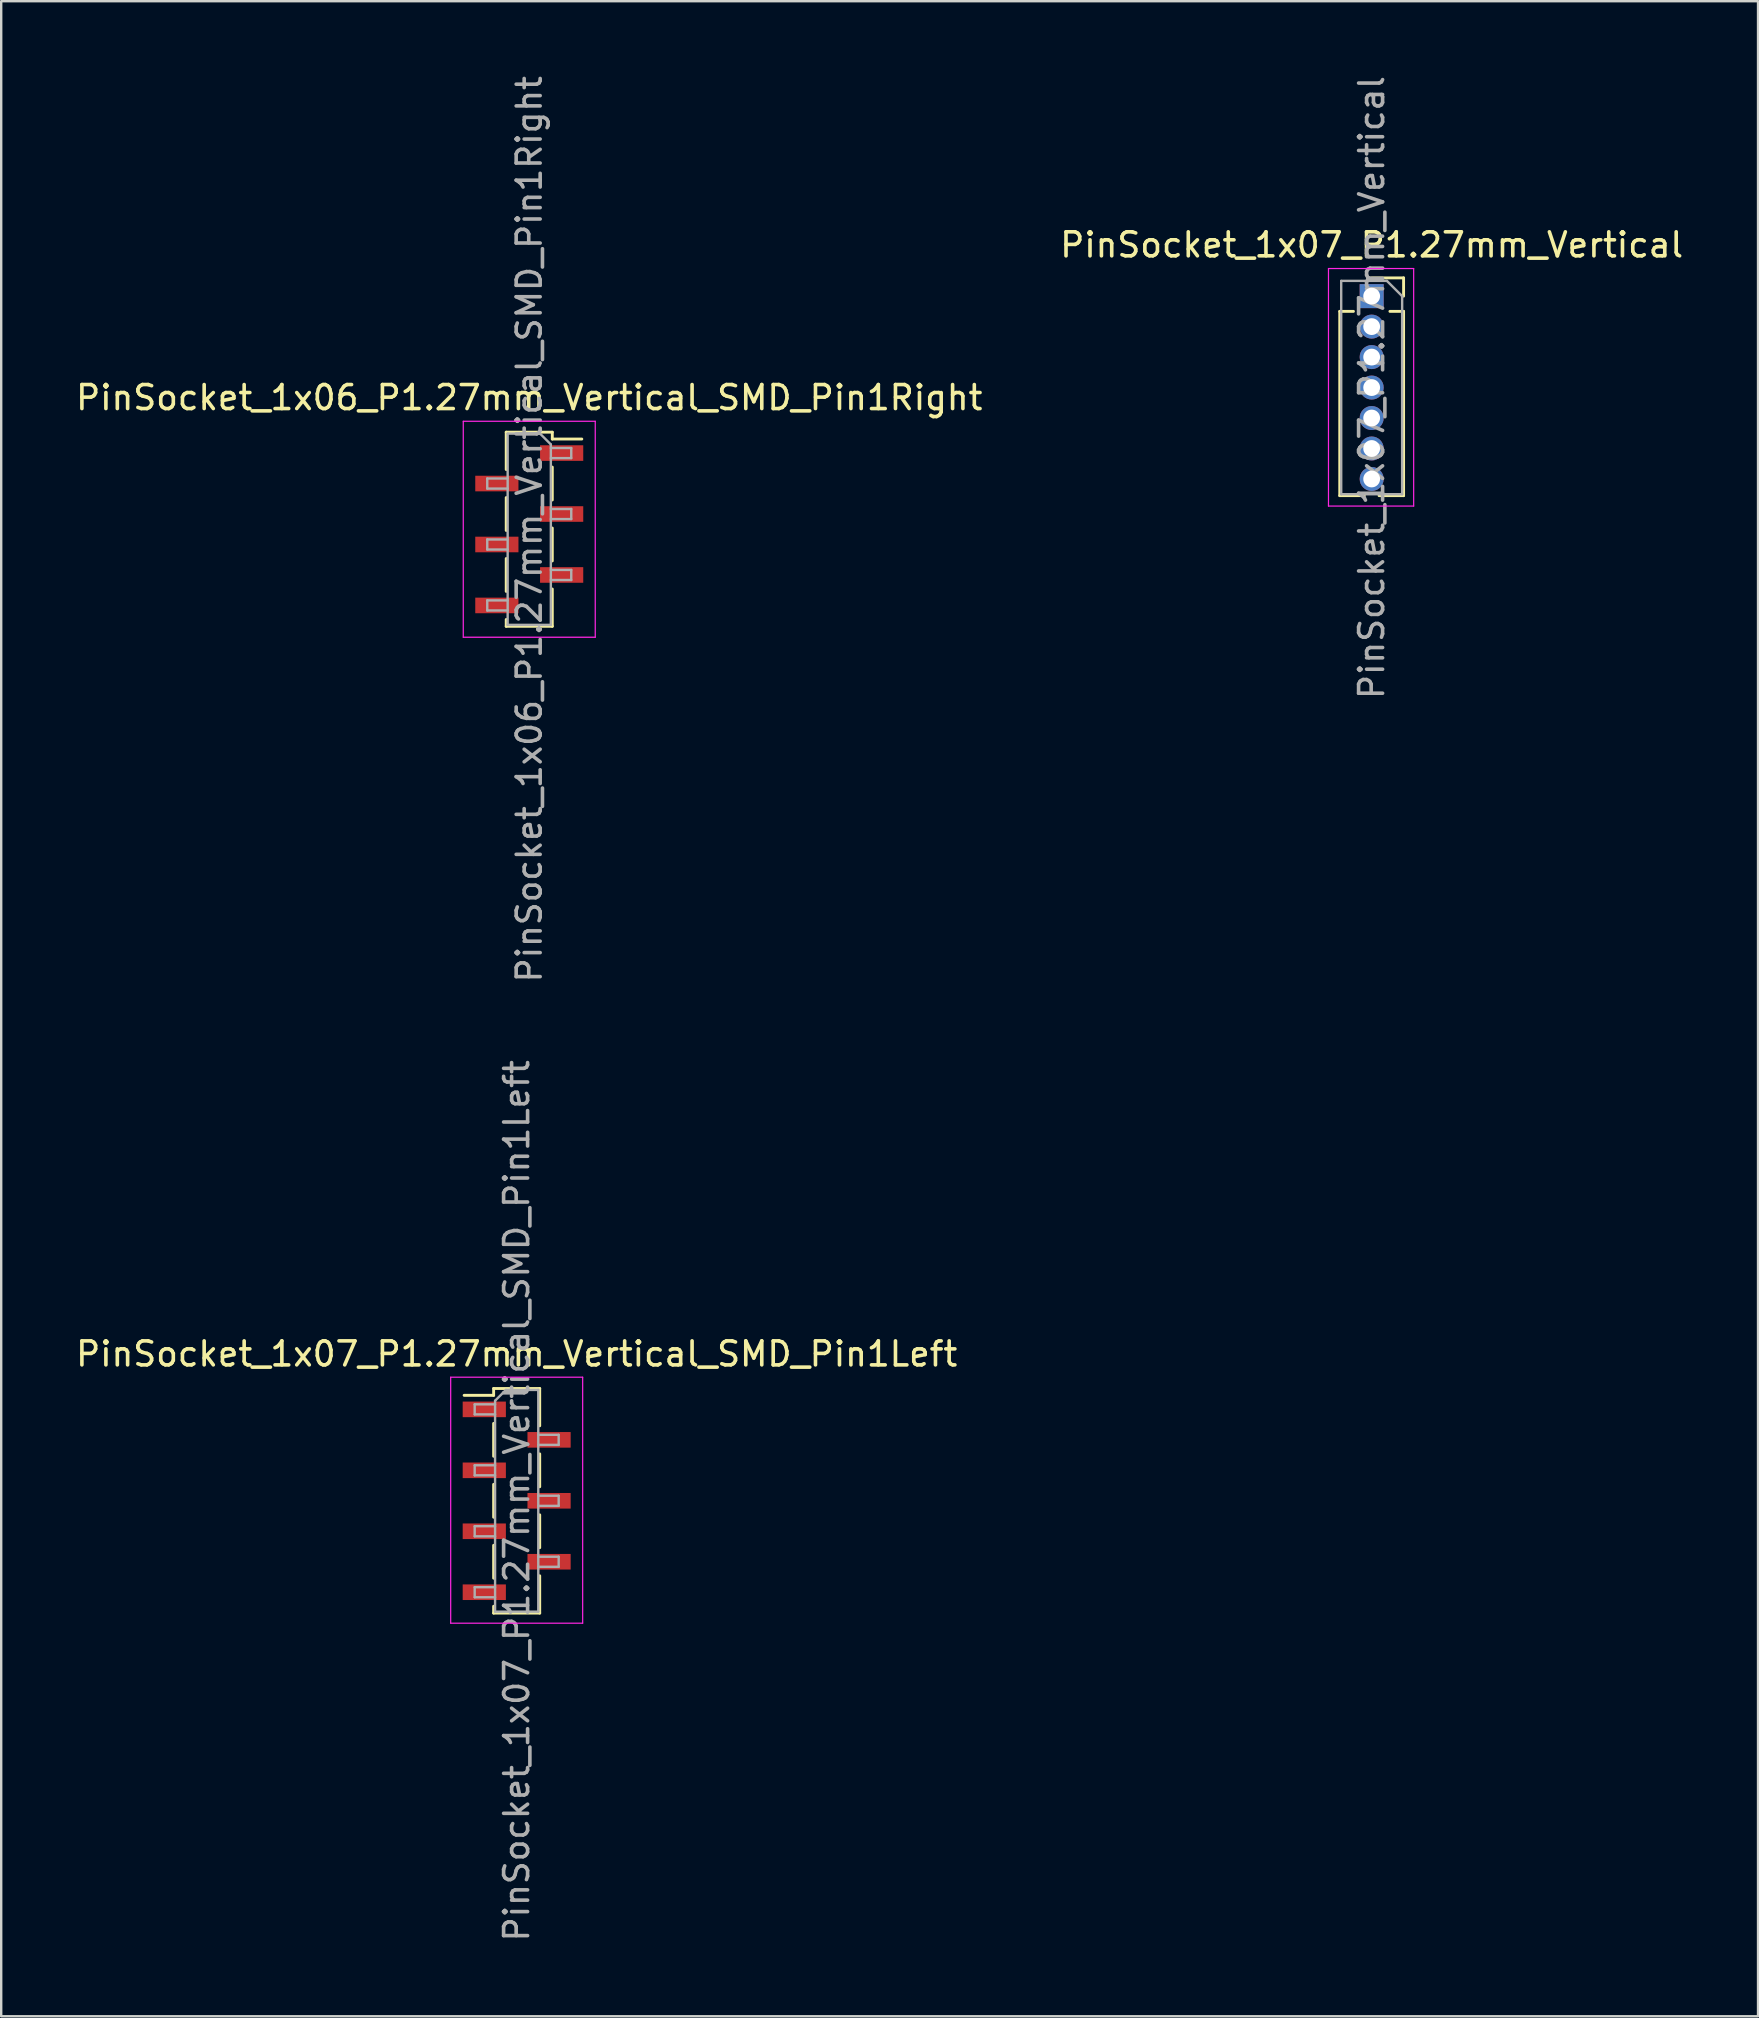
<source format=kicad_pcb>
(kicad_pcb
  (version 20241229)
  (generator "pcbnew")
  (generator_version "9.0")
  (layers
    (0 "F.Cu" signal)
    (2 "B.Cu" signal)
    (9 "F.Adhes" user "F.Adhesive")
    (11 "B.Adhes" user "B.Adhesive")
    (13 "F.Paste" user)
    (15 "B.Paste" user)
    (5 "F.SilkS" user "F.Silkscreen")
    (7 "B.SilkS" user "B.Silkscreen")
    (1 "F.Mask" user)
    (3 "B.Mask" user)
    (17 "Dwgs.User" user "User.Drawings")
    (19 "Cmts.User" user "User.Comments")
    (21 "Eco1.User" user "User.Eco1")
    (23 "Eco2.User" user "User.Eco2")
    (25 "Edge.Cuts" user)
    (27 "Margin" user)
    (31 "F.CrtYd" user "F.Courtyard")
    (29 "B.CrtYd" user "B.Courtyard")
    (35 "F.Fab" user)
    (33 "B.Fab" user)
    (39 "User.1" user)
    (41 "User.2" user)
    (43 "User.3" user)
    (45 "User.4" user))
  (footprint "PinSocket_1x07_P1.27mm_Vertical"
    (layer "F.Cu")
    (at 54.113 9.291)
    (property "Reference" "PinSocket_1x07_P1.27mm_Vertical" (at 0 -2.135 0) (layer "F.SilkS") (effects (font (size 1 1) (thickness 0.15))))
    (attr through_hole)
    (fp_line (start -1.33 0.635) (end -1.33 8.315) (stroke (width 0.12) (type solid)) (layer "F.SilkS"))
    (fp_line (start -1.33 0.635) (end -0.76 0.635) (stroke (width 0.12) (type solid)) (layer "F.SilkS"))
    (fp_line (start -1.33 8.315) (end -0.308 8.315) (stroke (width 0.12) (type solid)) (layer "F.SilkS"))
    (fp_line (start 0 -0.76) (end 1.33 -0.76) (stroke (width 0.12) (type solid)) (layer "F.SilkS"))
    (fp_line (start 0.308 8.315) (end 1.33 8.315) (stroke (width 0.12) (type solid)) (layer "F.SilkS"))
    (fp_line (start 0.76 0.635) (end 1.33 0.635) (stroke (width 0.12) (type solid)) (layer "F.SilkS"))
    (fp_line (start 1.33 -0.76) (end 1.33 0) (stroke (width 0.12) (type solid)) (layer "F.SilkS"))
    (fp_line (start 1.33 0.635) (end 1.33 8.315) (stroke (width 0.12) (type solid)) (layer "F.SilkS"))
    (fp_line (start -1.8 -1.15) (end 1.75 -1.15) (stroke (width 0.05) (type solid)) (layer "F.CrtYd"))
    (fp_line (start -1.8 8.75) (end -1.8 -1.15) (stroke (width 0.05) (type solid)) (layer "F.CrtYd"))
    (fp_line (start 1.75 -1.15) (end 1.75 8.75) (stroke (width 0.05) (type solid)) (layer "F.CrtYd"))
    (fp_line (start 1.75 8.75) (end -1.8 8.75) (stroke (width 0.05) (type solid)) (layer "F.CrtYd"))
    (fp_line (start -1.27 -0.635) (end 0.635 -0.635) (stroke (width 0.1) (type solid)) (layer "F.Fab"))
    (fp_line (start -1.27 8.255) (end -1.27 -0.635) (stroke (width 0.1) (type solid)) (layer "F.Fab"))
    (fp_line (start 0.635 -0.635) (end 1.27 0) (stroke (width 0.1) (type solid)) (layer "F.Fab"))
    (fp_line (start 1.27 0) (end 1.27 8.255) (stroke (width 0.1) (type solid)) (layer "F.Fab"))
    (fp_line (start 1.27 8.255) (end -1.27 8.255) (stroke (width 0.1) (type solid)) (layer "F.Fab"))
    (fp_text user "${REFERENCE}" (at 0 3.81 90) (layer "F.Fab") (effects (font (size 1 1) (thickness 0.15))))
    (pad "1" thru_hole rect (at 0 0) (size 1 1) (drill 0.7) (layers "*.Cu" "*.Mask"))
    (pad "2" thru_hole circle (at 0 1.27) (size 1 1) (drill 0.7) (layers "*.Cu" "*.Mask"))
    (pad "3" thru_hole circle (at 0 2.54) (size 1 1) (drill 0.7) (layers "*.Cu" "*.Mask"))
    (pad "4" thru_hole circle (at 0 3.81) (size 1 1) (drill 0.7) (layers "*.Cu" "*.Mask"))
    (pad "5" thru_hole circle (at 0 5.08) (size 1 1) (drill 0.7) (layers "*.Cu" "*.Mask"))
    (pad "6" thru_hole circle (at 0 6.35) (size 1 1) (drill 0.7) (layers "*.Cu" "*.Mask"))
    (pad "7" thru_hole circle (at 0 7.62) (size 1 1) (drill 0.7) (layers "*.Cu" "*.Mask")))
  (footprint "PinSocket_1x06_P1.27mm_Vertical_SMD_Pin1Right"
    (layer "F.Cu")
    (at 19.006 19.006)
    (property "Reference" "PinSocket_1x06_P1.27mm_Vertical_SMD_Pin1Right" (at 0 -5.485 0) (layer "F.SilkS") (effects (font (size 1 1) (thickness 0.15))))
    (attr smd)
    (fp_line (start -0.96 -4.045) (end -0.96 -2.49) (stroke (width 0.12) (type solid)) (layer "F.SilkS"))
    (fp_line (start -0.96 -4.045) (end 0.96 -4.045) (stroke (width 0.12) (type solid)) (layer "F.SilkS"))
    (fp_line (start -0.96 -1.32) (end -0.96 0.05) (stroke (width 0.12) (type solid)) (layer "F.SilkS"))
    (fp_line (start -0.96 1.22) (end -0.96 2.59) (stroke (width 0.12) (type solid)) (layer "F.SilkS"))
    (fp_line (start -0.96 3.76) (end -0.96 4.045) (stroke (width 0.12) (type solid)) (layer "F.SilkS"))
    (fp_line (start -0.96 4.045) (end 0.96 4.045) (stroke (width 0.12) (type solid)) (layer "F.SilkS"))
    (fp_line (start 0.96 -4.045) (end 0.96 -3.76) (stroke (width 0.12) (type solid)) (layer "F.SilkS"))
    (fp_line (start 0.96 -3.76) (end 2.19 -3.76) (stroke (width 0.12) (type solid)) (layer "F.SilkS"))
    (fp_line (start 0.96 -2.59) (end 0.96 -1.22) (stroke (width 0.12) (type solid)) (layer "F.SilkS"))
    (fp_line (start 0.96 -0.05) (end 0.96 1.32) (stroke (width 0.12) (type solid)) (layer "F.SilkS"))
    (fp_line (start 0.96 2.49) (end 0.96 4.045) (stroke (width 0.12) (type solid)) (layer "F.SilkS"))
    (fp_line (start -2.75 -4.5) (end 2.75 -4.5) (stroke (width 0.05) (type solid)) (layer "F.CrtYd"))
    (fp_line (start -2.75 4.5) (end -2.75 -4.5) (stroke (width 0.05) (type solid)) (layer "F.CrtYd"))
    (fp_line (start 2.75 -4.5) (end 2.75 4.5) (stroke (width 0.05) (type solid)) (layer "F.CrtYd"))
    (fp_line (start 2.75 4.5) (end -2.75 4.5) (stroke (width 0.05) (type solid)) (layer "F.CrtYd"))
    (fp_line (start -1.75 -2.115) (end -0.9 -2.115) (stroke (width 0.1) (type solid)) (layer "F.Fab"))
    (fp_line (start -1.75 -1.695) (end -1.75 -2.115) (stroke (width 0.1) (type solid)) (layer "F.Fab"))
    (fp_line (start -1.75 0.425) (end -0.9 0.425) (stroke (width 0.1) (type solid)) (layer "F.Fab"))
    (fp_line (start -1.75 0.845) (end -1.75 0.425) (stroke (width 0.1) (type solid)) (layer "F.Fab"))
    (fp_line (start -1.75 2.965) (end -0.9 2.965) (stroke (width 0.1) (type solid)) (layer "F.Fab"))
    (fp_line (start -1.75 3.385) (end -1.75 2.965) (stroke (width 0.1) (type solid)) (layer "F.Fab"))
    (fp_line (start -0.9 -3.985) (end 0.45 -3.985) (stroke (width 0.1) (type solid)) (layer "F.Fab"))
    (fp_line (start -0.9 -1.695) (end -1.75 -1.695) (stroke (width 0.1) (type solid)) (layer "F.Fab"))
    (fp_line (start -0.9 0.845) (end -1.75 0.845) (stroke (width 0.1) (type solid)) (layer "F.Fab"))
    (fp_line (start -0.9 3.385) (end -1.75 3.385) (stroke (width 0.1) (type solid)) (layer "F.Fab"))
    (fp_line (start -0.9 3.985) (end -0.9 -3.985) (stroke (width 0.1) (type solid)) (layer "F.Fab"))
    (fp_line (start 0.45 -3.985) (end 0.9 -3.535) (stroke (width 0.1) (type solid)) (layer "F.Fab"))
    (fp_line (start 0.9 -3.535) (end 0.9 3.985) (stroke (width 0.1) (type solid)) (layer "F.Fab"))
    (fp_line (start 0.9 -3.385) (end 1.75 -3.385) (stroke (width 0.1) (type solid)) (layer "F.Fab"))
    (fp_line (start 0.9 -0.845) (end 1.75 -0.845) (stroke (width 0.1) (type solid)) (layer "F.Fab"))
    (fp_line (start 0.9 1.695) (end 1.75 1.695) (stroke (width 0.1) (type solid)) (layer "F.Fab"))
    (fp_line (start 0.9 3.985) (end -0.9 3.985) (stroke (width 0.1) (type solid)) (layer "F.Fab"))
    (fp_line (start 1.75 -3.385) (end 1.75 -2.965) (stroke (width 0.1) (type solid)) (layer "F.Fab"))
    (fp_line (start 1.75 -2.965) (end 0.9 -2.965) (stroke (width 0.1) (type solid)) (layer "F.Fab"))
    (fp_line (start 1.75 -0.845) (end 1.75 -0.425) (stroke (width 0.1) (type solid)) (layer "F.Fab"))
    (fp_line (start 1.75 -0.425) (end 0.9 -0.425) (stroke (width 0.1) (type solid)) (layer "F.Fab"))
    (fp_line (start 1.75 1.695) (end 1.75 2.115) (stroke (width 0.1) (type solid)) (layer "F.Fab"))
    (fp_line (start 1.75 2.115) (end 0.9 2.115) (stroke (width 0.1) (type solid)) (layer "F.Fab"))
    (fp_text user "${REFERENCE}" (at 0 0 90) (layer "F.Fab") (effects (font (size 1 1) (thickness 0.15))))
    (pad "1" smd rect (at 1.35 -3.175) (size 1.8 0.65) (layers "F.Cu" "F.Mask" "F.Paste"))
    (pad "2" smd rect (at -1.35 -1.905) (size 1.8 0.65) (layers "F.Cu" "F.Mask" "F.Paste"))
    (pad "3" smd rect (at 1.35 -0.635) (size 1.8 0.65) (layers "F.Cu" "F.Mask" "F.Paste"))
    (pad "4" smd rect (at -1.35 0.635) (size 1.8 0.65) (layers "F.Cu" "F.Mask" "F.Paste"))
    (pad "5" smd rect (at 1.35 1.905) (size 1.8 0.65) (layers "F.Cu" "F.Mask" "F.Paste"))
    (pad "6" smd rect (at -1.35 3.175) (size 1.8 0.65) (layers "F.Cu" "F.Mask" "F.Paste")))
  (footprint "PinSocket_1x07_P1.27mm_Vertical_SMD_Pin1Left"
    (layer "F.Cu")
    (at 18.482 59.494)
    (property "Reference" "PinSocket_1x07_P1.27mm_Vertical_SMD_Pin1Left" (at 0 -6.12 0) (layer "F.SilkS") (effects (font (size 1 1) (thickness 0.15))))
    (attr smd)
    (fp_line (start -2.19 -4.395) (end -0.96 -4.395) (stroke (width 0.12) (type solid)) (layer "F.SilkS"))
    (fp_line (start -0.96 -4.68) (end -0.96 -4.395) (stroke (width 0.12) (type solid)) (layer "F.SilkS"))
    (fp_line (start -0.96 -4.68) (end 0.96 -4.68) (stroke (width 0.12) (type solid)) (layer "F.SilkS"))
    (fp_line (start -0.96 -3.225) (end -0.96 -1.855) (stroke (width 0.12) (type solid)) (layer "F.SilkS"))
    (fp_line (start -0.96 -0.685) (end -0.96 0.685) (stroke (width 0.12) (type solid)) (layer "F.SilkS"))
    (fp_line (start -0.96 1.855) (end -0.96 3.225) (stroke (width 0.12) (type solid)) (layer "F.SilkS"))
    (fp_line (start -0.96 4.395) (end -0.96 4.68) (stroke (width 0.12) (type solid)) (layer "F.SilkS"))
    (fp_line (start -0.96 4.68) (end 0.96 4.68) (stroke (width 0.12) (type solid)) (layer "F.SilkS"))
    (fp_line (start 0.96 -4.68) (end 0.96 -3.125) (stroke (width 0.12) (type solid)) (layer "F.SilkS"))
    (fp_line (start 0.96 -1.955) (end 0.96 -0.585) (stroke (width 0.12) (type solid)) (layer "F.SilkS"))
    (fp_line (start 0.96 0.585) (end 0.96 1.955) (stroke (width 0.12) (type solid)) (layer "F.SilkS"))
    (fp_line (start 0.96 3.125) (end 0.96 4.68) (stroke (width 0.12) (type solid)) (layer "F.SilkS"))
    (fp_line (start -2.75 -5.15) (end 2.75 -5.15) (stroke (width 0.05) (type solid)) (layer "F.CrtYd"))
    (fp_line (start -2.75 5.1) (end -2.75 -5.15) (stroke (width 0.05) (type solid)) (layer "F.CrtYd"))
    (fp_line (start 2.75 -5.15) (end 2.75 5.1) (stroke (width 0.05) (type solid)) (layer "F.CrtYd"))
    (fp_line (start 2.75 5.1) (end -2.75 5.1) (stroke (width 0.05) (type solid)) (layer "F.CrtYd"))
    (fp_line (start -1.75 -4.02) (end -0.9 -4.02) (stroke (width 0.1) (type solid)) (layer "F.Fab"))
    (fp_line (start -1.75 -3.6) (end -1.75 -4.02) (stroke (width 0.1) (type solid)) (layer "F.Fab"))
    (fp_line (start -1.75 -1.48) (end -0.9 -1.48) (stroke (width 0.1) (type solid)) (layer "F.Fab"))
    (fp_line (start -1.75 -1.06) (end -1.75 -1.48) (stroke (width 0.1) (type solid)) (layer "F.Fab"))
    (fp_line (start -1.75 1.06) (end -0.9 1.06) (stroke (width 0.1) (type solid)) (layer "F.Fab"))
    (fp_line (start -1.75 1.48) (end -1.75 1.06) (stroke (width 0.1) (type solid)) (layer "F.Fab"))
    (fp_line (start -1.75 3.6) (end -0.9 3.6) (stroke (width 0.1) (type solid)) (layer "F.Fab"))
    (fp_line (start -1.75 4.02) (end -1.75 3.6) (stroke (width 0.1) (type solid)) (layer "F.Fab"))
    (fp_line (start -0.9 -4.17) (end -0.45 -4.62) (stroke (width 0.1) (type solid)) (layer "F.Fab"))
    (fp_line (start -0.9 -3.6) (end -1.75 -3.6) (stroke (width 0.1) (type solid)) (layer "F.Fab"))
    (fp_line (start -0.9 -1.06) (end -1.75 -1.06) (stroke (width 0.1) (type solid)) (layer "F.Fab"))
    (fp_line (start -0.9 1.48) (end -1.75 1.48) (stroke (width 0.1) (type solid)) (layer "F.Fab"))
    (fp_line (start -0.9 4.02) (end -1.75 4.02) (stroke (width 0.1) (type solid)) (layer "F.Fab"))
    (fp_line (start -0.9 4.62) (end -0.9 -4.17) (stroke (width 0.1) (type solid)) (layer "F.Fab"))
    (fp_line (start -0.45 -4.62) (end 0.9 -4.62) (stroke (width 0.1) (type solid)) (layer "F.Fab"))
    (fp_line (start 0.9 -4.62) (end 0.9 4.62) (stroke (width 0.1) (type solid)) (layer "F.Fab"))
    (fp_line (start 0.9 -2.75) (end 1.75 -2.75) (stroke (width 0.1) (type solid)) (layer "F.Fab"))
    (fp_line (start 0.9 -0.21) (end 1.75 -0.21) (stroke (width 0.1) (type solid)) (layer "F.Fab"))
    (fp_line (start 0.9 2.33) (end 1.75 2.33) (stroke (width 0.1) (type solid)) (layer "F.Fab"))
    (fp_line (start 0.9 4.62) (end -0.9 4.62) (stroke (width 0.1) (type solid)) (layer "F.Fab"))
    (fp_line (start 1.75 -2.75) (end 1.75 -2.33) (stroke (width 0.1) (type solid)) (layer "F.Fab"))
    (fp_line (start 1.75 -2.33) (end 0.9 -2.33) (stroke (width 0.1) (type solid)) (layer "F.Fab"))
    (fp_line (start 1.75 -0.21) (end 1.75 0.21) (stroke (width 0.1) (type solid)) (layer "F.Fab"))
    (fp_line (start 1.75 0.21) (end 0.9 0.21) (stroke (width 0.1) (type solid)) (layer "F.Fab"))
    (fp_line (start 1.75 2.33) (end 1.75 2.75) (stroke (width 0.1) (type solid)) (layer "F.Fab"))
    (fp_line (start 1.75 2.75) (end 0.9 2.75) (stroke (width 0.1) (type solid)) (layer "F.Fab"))
    (fp_text user "${REFERENCE}" (at 0 0 90) (layer "F.Fab") (effects (font (size 1 1) (thickness 0.15))))
    (pad "1" smd rect (at -1.35 -3.81) (size 1.8 0.65) (layers "F.Cu" "F.Mask" "F.Paste"))
    (pad "2" smd rect (at 1.35 -2.54) (size 1.8 0.65) (layers "F.Cu" "F.Mask" "F.Paste"))
    (pad "3" smd rect (at -1.35 -1.27) (size 1.8 0.65) (layers "F.Cu" "F.Mask" "F.Paste"))
    (pad "4" smd rect (at 1.35 0) (size 1.8 0.65) (layers "F.Cu" "F.Mask" "F.Paste"))
    (pad "5" smd rect (at -1.35 1.27) (size 1.8 0.65) (layers "F.Cu" "F.Mask" "F.Paste"))
    (pad "6" smd rect (at 1.35 2.54) (size 1.8 0.65) (layers "F.Cu" "F.Mask" "F.Paste"))
    (pad "7" smd rect (at -1.35 3.81) (size 1.8 0.65) (layers "F.Cu" "F.Mask" "F.Paste")))
  (gr_rect
    (start -3 -3)
    (end 70.214 80.976)
    (stroke (width 0.1) (type default))
    (fill no)
    (layer "Edge.Cuts")))
</source>
